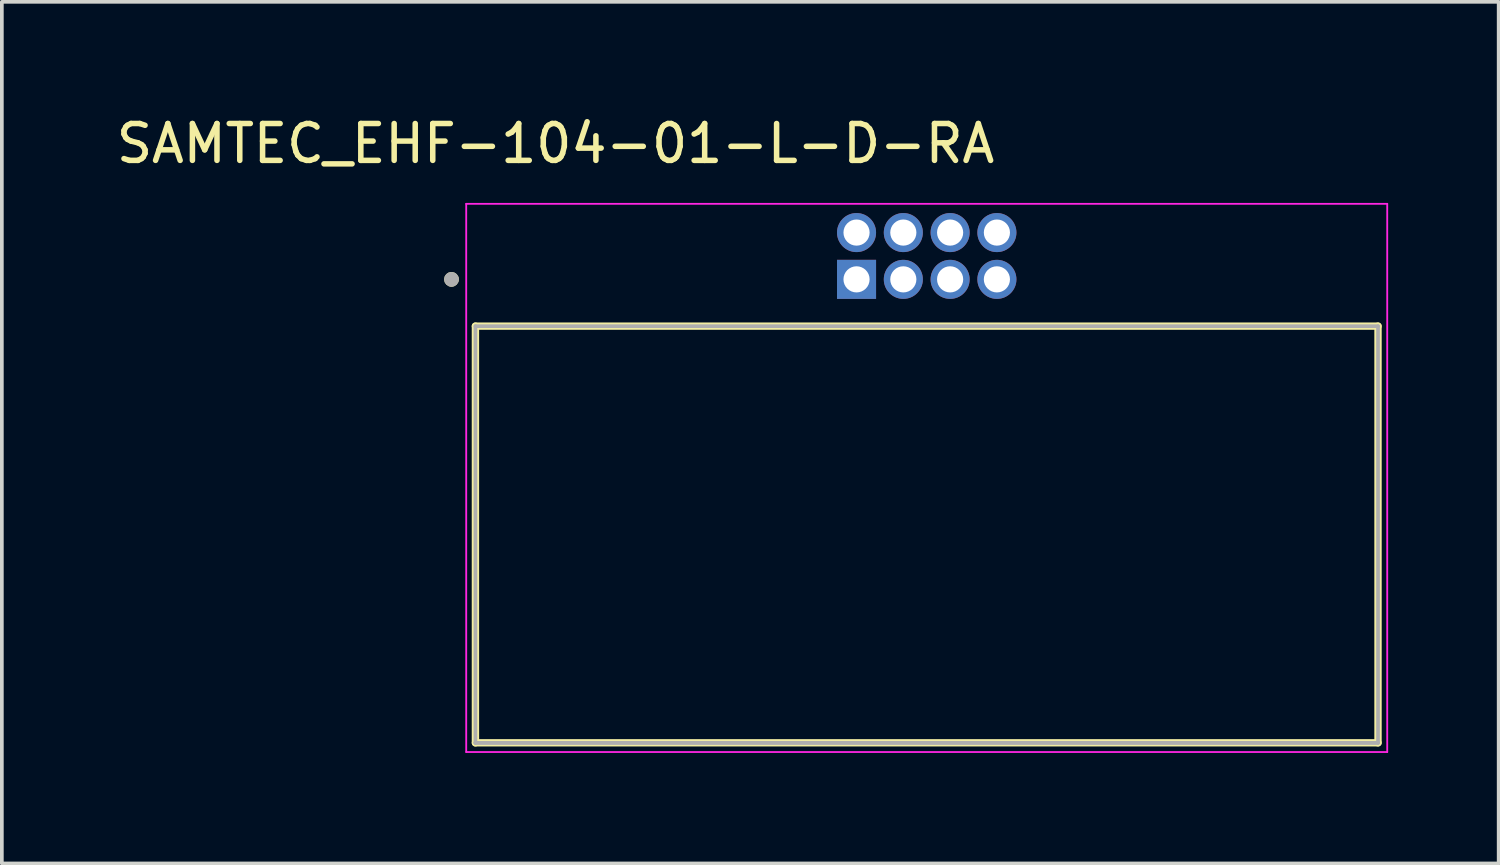
<source format=kicad_pcb>
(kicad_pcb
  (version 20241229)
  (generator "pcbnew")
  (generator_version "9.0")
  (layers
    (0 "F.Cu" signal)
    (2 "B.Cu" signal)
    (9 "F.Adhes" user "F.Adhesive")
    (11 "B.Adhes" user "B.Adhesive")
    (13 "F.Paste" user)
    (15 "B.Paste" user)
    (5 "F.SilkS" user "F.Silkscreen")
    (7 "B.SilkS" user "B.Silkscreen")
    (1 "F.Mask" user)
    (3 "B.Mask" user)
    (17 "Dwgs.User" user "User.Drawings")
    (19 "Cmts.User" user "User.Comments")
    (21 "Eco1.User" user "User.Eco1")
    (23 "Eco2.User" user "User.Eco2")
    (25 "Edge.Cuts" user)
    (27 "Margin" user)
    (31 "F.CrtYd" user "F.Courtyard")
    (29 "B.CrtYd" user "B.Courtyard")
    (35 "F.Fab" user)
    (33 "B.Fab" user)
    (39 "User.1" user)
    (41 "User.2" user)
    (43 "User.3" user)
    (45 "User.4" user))
  (footprint "SAMTEC_EHF-104-01-L-D-RA"
    (layer "F.Cu")
    (at 22.105 3.898)
    (property "Reference" "SAMTEC_EHF-104-01-L-D-RA" (at -10.075 -3.05 0) (layer "F.SilkS") (effects (font (size 1 1) (thickness 0.15))))
    (attr through_hole)
    (fp_line (start -12.25 13.215) (end -12.25 1.905) (stroke (width 0.2) (type solid)) (layer "F.SilkS"))
    (fp_line (start 12.25 1.905) (end -12.25 1.905) (stroke (width 0.2) (type solid)) (layer "F.SilkS"))
    (fp_line (start 12.25 1.905) (end 12.25 13.215) (stroke (width 0.2) (type solid)) (layer "F.SilkS"))
    (fp_line (start 12.25 13.215) (end -12.25 13.215) (stroke (width 0.2) (type solid)) (layer "F.SilkS"))
    (fp_circle (center -12.9 0.635) (end -12.8 0.635) (stroke (width 0.2) (type solid)) (fill no) (layer "F.SilkS"))
    (fp_line (start -12.5 -1.415) (end 12.5 -1.415) (stroke (width 0.05) (type solid)) (layer "F.CrtYd"))
    (fp_line (start -12.5 13.465) (end -12.5 -1.415) (stroke (width 0.05) (type solid)) (layer "F.CrtYd"))
    (fp_line (start 12.5 -1.415) (end 12.5 13.465) (stroke (width 0.05) (type solid)) (layer "F.CrtYd"))
    (fp_line (start 12.5 13.465) (end -12.5 13.465) (stroke (width 0.05) (type solid)) (layer "F.CrtYd"))
    (fp_line (start -12.25 1.905) (end 12.25 1.905) (stroke (width 0.1) (type solid)) (layer "F.Fab"))
    (fp_line (start -12.25 13.215) (end -12.25 1.905) (stroke (width 0.1) (type solid)) (layer "F.Fab"))
    (fp_line (start -12.25 13.215) (end -12.25 13.215) (stroke (width 0.1) (type solid)) (layer "F.Fab"))
    (fp_line (start -12.25 13.215) (end 12.25 13.215) (stroke (width 0.1) (type solid)) (layer "F.Fab"))
    (fp_line (start 12.25 1.905) (end 12.25 13.215) (stroke (width 0.1) (type solid)) (layer "F.Fab"))
    (fp_line (start 12.25 13.215) (end -12.25 13.215) (stroke (width 0.1) (type solid)) (layer "F.Fab"))
    (fp_line (start 12.25 13.215) (end 12.25 13.215) (stroke (width 0.1) (type solid)) (layer "F.Fab"))
    (fp_circle (center -12.9 0.635) (end -12.8 0.635) (stroke (width 0.2) (type solid)) (fill no) (layer "F.Fab"))
    (pad "01" thru_hole rect (at -1.905 0.635) (size 1.06 1.06) (drill 0.71) (layers "*.Cu" "*.Mask"))
    (pad "02" thru_hole circle (at -1.905 -0.635) (size 1.06 1.06) (drill 0.71) (layers "*.Cu" "*.Mask"))
    (pad "03" thru_hole circle (at -0.635 0.635) (size 1.06 1.06) (drill 0.71) (layers "*.Cu" "*.Mask"))
    (pad "04" thru_hole circle (at -0.635 -0.635) (size 1.06 1.06) (drill 0.71) (layers "*.Cu" "*.Mask"))
    (pad "05" thru_hole circle (at 0.635 0.635) (size 1.06 1.06) (drill 0.71) (layers "*.Cu" "*.Mask"))
    (pad "06" thru_hole circle (at 0.635 -0.635) (size 1.06 1.06) (drill 0.71) (layers "*.Cu" "*.Mask"))
    (pad "07" thru_hole circle (at 1.905 0.635) (size 1.06 1.06) (drill 0.71) (layers "*.Cu" "*.Mask"))
    (pad "08" thru_hole circle (at 1.905 -0.635) (size 1.06 1.06) (drill 0.71) (layers "*.Cu" "*.Mask")))
  (gr_rect
    (start -3 -3)
    (end 37.63 20.388)
    (stroke (width 0.1) (type default))
    (fill no)
    (layer "Edge.Cuts")))
</source>
